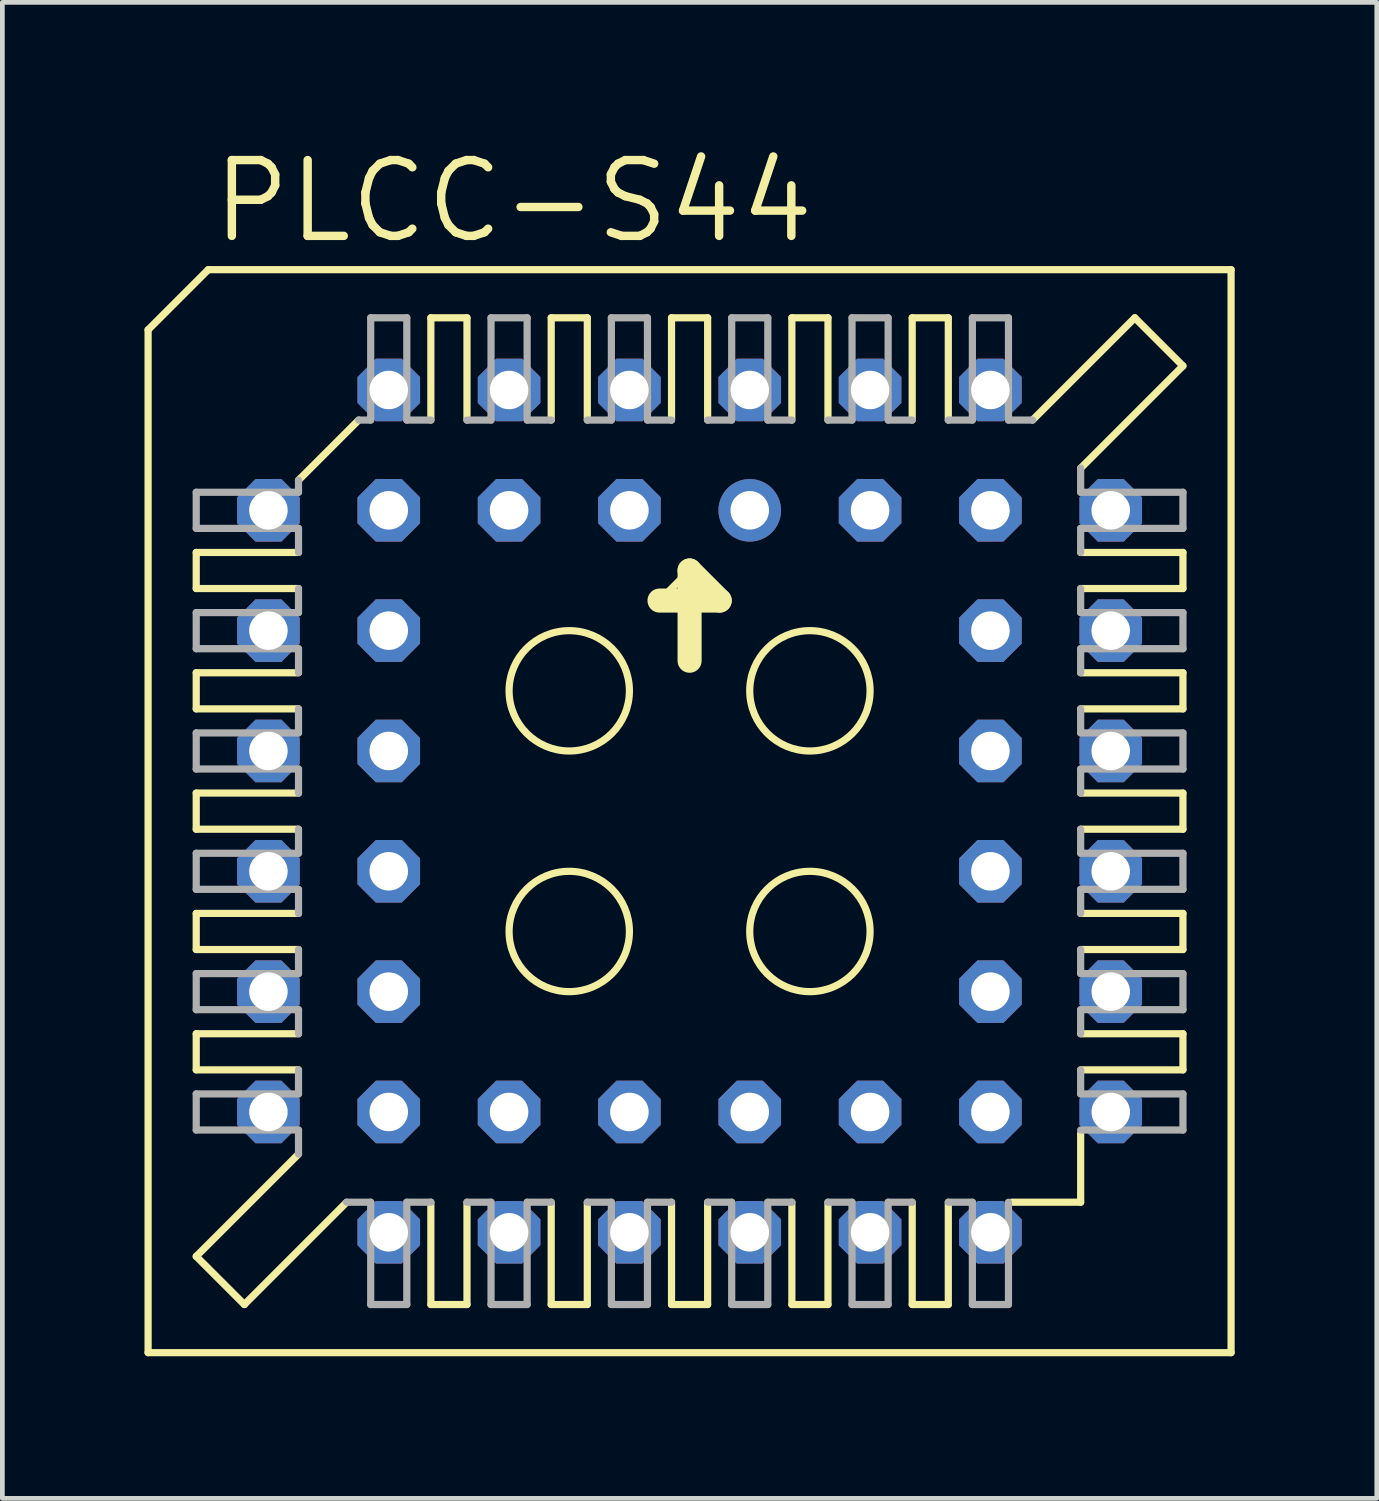
<source format=kicad_pcb>
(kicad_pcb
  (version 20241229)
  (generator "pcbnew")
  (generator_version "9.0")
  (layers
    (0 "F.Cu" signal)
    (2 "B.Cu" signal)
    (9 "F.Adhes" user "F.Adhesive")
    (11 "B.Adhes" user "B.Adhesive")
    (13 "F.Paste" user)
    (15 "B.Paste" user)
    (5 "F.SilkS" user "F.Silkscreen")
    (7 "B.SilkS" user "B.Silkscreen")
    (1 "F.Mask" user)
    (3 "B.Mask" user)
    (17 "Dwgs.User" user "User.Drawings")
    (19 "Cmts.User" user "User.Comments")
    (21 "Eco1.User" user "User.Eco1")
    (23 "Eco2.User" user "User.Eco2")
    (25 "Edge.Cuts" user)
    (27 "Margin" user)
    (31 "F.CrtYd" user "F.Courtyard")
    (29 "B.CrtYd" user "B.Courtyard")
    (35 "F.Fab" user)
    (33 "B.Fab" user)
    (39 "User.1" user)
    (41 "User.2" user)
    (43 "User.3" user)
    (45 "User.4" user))
  (footprint "PLCC-S44"
    (layer "F.Cu")
    (at 11.506 14.072)
    (property "Reference" "PLCC-S44" (at -10.16 -11.938 0) (layer "F.SilkS") (effects (font (size 1.6 1.6) (thickness 0.178)) (justify left bottom)))
    (fp_line (start -11.43 -10.16) (end -11.43 11.43) (stroke (width 0.152) (type solid)) (layer "F.SilkS"))
    (fp_line (start -10.414 -5.461) (end -10.414 -4.699) (stroke (width 0.152) (type solid)) (layer "F.SilkS"))
    (fp_line (start -10.414 -5.461) (end -8.255 -5.461) (stroke (width 0.152) (type solid)) (layer "F.SilkS"))
    (fp_line (start -10.414 -2.921) (end -10.414 -2.159) (stroke (width 0.152) (type solid)) (layer "F.SilkS"))
    (fp_line (start -10.414 -2.921) (end -8.255 -2.921) (stroke (width 0.152) (type solid)) (layer "F.SilkS"))
    (fp_line (start -10.414 0.381) (end -10.414 -0.381) (stroke (width 0.152) (type solid)) (layer "F.SilkS"))
    (fp_line (start -10.414 0.381) (end -8.255 0.381) (stroke (width 0.152) (type solid)) (layer "F.SilkS"))
    (fp_line (start -10.414 2.921) (end -10.414 2.159) (stroke (width 0.152) (type solid)) (layer "F.SilkS"))
    (fp_line (start -10.414 2.921) (end -8.255 2.921) (stroke (width 0.152) (type solid)) (layer "F.SilkS"))
    (fp_line (start -10.414 5.461) (end -10.414 4.699) (stroke (width 0.152) (type solid)) (layer "F.SilkS"))
    (fp_line (start -10.414 5.461) (end -8.255 5.461) (stroke (width 0.152) (type solid)) (layer "F.SilkS"))
    (fp_line (start -10.414 9.398) (end -8.255 7.239) (stroke (width 0.152) (type solid)) (layer "F.SilkS"))
    (fp_line (start -10.16 -11.43) (end -11.43 -10.16) (stroke (width 0.152) (type solid)) (layer "F.SilkS"))
    (fp_line (start -9.398 10.414) (end -10.414 9.398) (stroke (width 0.152) (type solid)) (layer "F.SilkS"))
    (fp_line (start -9.398 10.414) (end -7.239 8.255) (stroke (width 0.152) (type solid)) (layer "F.SilkS"))
    (fp_line (start -8.255 -6.985) (end -6.985 -8.255) (stroke (width 0.152) (type solid)) (layer "F.SilkS"))
    (fp_line (start -8.255 -4.699) (end -10.414 -4.699) (stroke (width 0.152) (type solid)) (layer "F.SilkS"))
    (fp_line (start -8.255 -2.159) (end -10.414 -2.159) (stroke (width 0.152) (type solid)) (layer "F.SilkS"))
    (fp_line (start -8.255 -0.381) (end -10.414 -0.381) (stroke (width 0.152) (type solid)) (layer "F.SilkS"))
    (fp_line (start -8.255 2.159) (end -10.414 2.159) (stroke (width 0.152) (type solid)) (layer "F.SilkS"))
    (fp_line (start -8.255 4.699) (end -10.414 4.699) (stroke (width 0.152) (type solid)) (layer "F.SilkS"))
    (fp_line (start -5.461 -8.255) (end -5.461 -10.414) (stroke (width 0.152) (type solid)) (layer "F.SilkS"))
    (fp_line (start -5.461 10.414) (end -5.461 8.255) (stroke (width 0.152) (type solid)) (layer "F.SilkS"))
    (fp_line (start -5.461 10.414) (end -4.699 10.414) (stroke (width 0.152) (type solid)) (layer "F.SilkS"))
    (fp_line (start -4.699 -10.414) (end -5.461 -10.414) (stroke (width 0.152) (type solid)) (layer "F.SilkS"))
    (fp_line (start -4.699 -10.414) (end -4.699 -8.255) (stroke (width 0.152) (type solid)) (layer "F.SilkS"))
    (fp_line (start -4.699 8.255) (end -4.699 10.414) (stroke (width 0.152) (type solid)) (layer "F.SilkS"))
    (fp_line (start -2.921 -8.255) (end -2.921 -10.414) (stroke (width 0.152) (type solid)) (layer "F.SilkS"))
    (fp_line (start -2.921 10.414) (end -2.921 8.255) (stroke (width 0.152) (type solid)) (layer "F.SilkS"))
    (fp_line (start -2.921 10.414) (end -2.159 10.414) (stroke (width 0.152) (type solid)) (layer "F.SilkS"))
    (fp_line (start -2.159 -10.414) (end -2.921 -10.414) (stroke (width 0.152) (type solid)) (layer "F.SilkS"))
    (fp_line (start -2.159 -10.414) (end -2.159 -8.255) (stroke (width 0.152) (type solid)) (layer "F.SilkS"))
    (fp_line (start -2.159 8.255) (end -2.159 10.414) (stroke (width 0.152) (type solid)) (layer "F.SilkS"))
    (fp_line (start -0.635 -4.445) (end 0 -5.08) (stroke (width 0.152) (type solid)) (layer "F.SilkS"))
    (fp_line (start -0.381 -8.255) (end -0.381 -10.414) (stroke (width 0.152) (type solid)) (layer "F.SilkS"))
    (fp_line (start -0.381 10.414) (end -0.381 8.255) (stroke (width 0.152) (type solid)) (layer "F.SilkS"))
    (fp_line (start -0.381 10.414) (end 0.381 10.414) (stroke (width 0.152) (type solid)) (layer "F.SilkS"))
    (fp_line (start 0 -5.08) (end 0 -3.175) (stroke (width 0.508) (type solid)) (layer "F.SilkS"))
    (fp_line (start 0 -5.08) (end 0.635 -4.445) (stroke (width 0.508) (type solid)) (layer "F.SilkS"))
    (fp_line (start 0.381 -10.414) (end -0.381 -10.414) (stroke (width 0.152) (type solid)) (layer "F.SilkS"))
    (fp_line (start 0.381 -10.414) (end 0.381 -8.255) (stroke (width 0.152) (type solid)) (layer "F.SilkS"))
    (fp_line (start 0.381 8.255) (end 0.381 10.414) (stroke (width 0.152) (type solid)) (layer "F.SilkS"))
    (fp_line (start 0.635 -4.445) (end -0.635 -4.445) (stroke (width 0.508) (type solid)) (layer "F.SilkS"))
    (fp_line (start 2.159 -8.255) (end 2.159 -10.414) (stroke (width 0.152) (type solid)) (layer "F.SilkS"))
    (fp_line (start 2.159 10.414) (end 2.159 8.255) (stroke (width 0.152) (type solid)) (layer "F.SilkS"))
    (fp_line (start 2.159 10.414) (end 2.921 10.414) (stroke (width 0.152) (type solid)) (layer "F.SilkS"))
    (fp_line (start 2.921 -10.414) (end 2.159 -10.414) (stroke (width 0.152) (type solid)) (layer "F.SilkS"))
    (fp_line (start 2.921 -10.414) (end 2.921 -8.255) (stroke (width 0.152) (type solid)) (layer "F.SilkS"))
    (fp_line (start 2.921 8.255) (end 2.921 10.414) (stroke (width 0.152) (type solid)) (layer "F.SilkS"))
    (fp_line (start 4.699 -8.255) (end 4.699 -10.414) (stroke (width 0.152) (type solid)) (layer "F.SilkS"))
    (fp_line (start 4.699 10.414) (end 4.699 8.255) (stroke (width 0.152) (type solid)) (layer "F.SilkS"))
    (fp_line (start 4.699 10.414) (end 5.461 10.414) (stroke (width 0.152) (type solid)) (layer "F.SilkS"))
    (fp_line (start 5.461 -10.414) (end 4.699 -10.414) (stroke (width 0.152) (type solid)) (layer "F.SilkS"))
    (fp_line (start 5.461 -10.414) (end 5.461 -8.255) (stroke (width 0.152) (type solid)) (layer "F.SilkS"))
    (fp_line (start 5.461 8.255) (end 5.461 10.414) (stroke (width 0.152) (type solid)) (layer "F.SilkS"))
    (fp_line (start 6.8 8.255) (end 8.255 8.255) (stroke (width 0.152) (type solid)) (layer "F.SilkS"))
    (fp_line (start 8.255 -4.699) (end 10.414 -4.699) (stroke (width 0.152) (type solid)) (layer "F.SilkS"))
    (fp_line (start 8.255 -2.159) (end 10.414 -2.159) (stroke (width 0.152) (type solid)) (layer "F.SilkS"))
    (fp_line (start 8.255 0.381) (end 10.414 0.381) (stroke (width 0.152) (type solid)) (layer "F.SilkS"))
    (fp_line (start 8.255 2.159) (end 10.414 2.159) (stroke (width 0.152) (type solid)) (layer "F.SilkS"))
    (fp_line (start 8.255 4.699) (end 10.414 4.699) (stroke (width 0.152) (type solid)) (layer "F.SilkS"))
    (fp_line (start 8.255 8.255) (end 8.255 6.8) (stroke (width 0.152) (type solid)) (layer "F.SilkS"))
    (fp_line (start 9.398 -10.414) (end 7.239 -8.255) (stroke (width 0.152) (type solid)) (layer "F.SilkS"))
    (fp_line (start 10.414 -9.398) (end 8.255 -7.239) (stroke (width 0.152) (type solid)) (layer "F.SilkS"))
    (fp_line (start 10.414 -9.398) (end 9.398 -10.414) (stroke (width 0.152) (type solid)) (layer "F.SilkS"))
    (fp_line (start 10.414 -5.461) (end 8.255 -5.461) (stroke (width 0.152) (type solid)) (layer "F.SilkS"))
    (fp_line (start 10.414 -5.461) (end 10.414 -4.699) (stroke (width 0.152) (type solid)) (layer "F.SilkS"))
    (fp_line (start 10.414 -2.921) (end 8.255 -2.921) (stroke (width 0.152) (type solid)) (layer "F.SilkS"))
    (fp_line (start 10.414 -2.921) (end 10.414 -2.159) (stroke (width 0.152) (type solid)) (layer "F.SilkS"))
    (fp_line (start 10.414 -0.381) (end 8.255 -0.381) (stroke (width 0.152) (type solid)) (layer "F.SilkS"))
    (fp_line (start 10.414 -0.381) (end 10.414 0.381) (stroke (width 0.152) (type solid)) (layer "F.SilkS"))
    (fp_line (start 10.414 2.921) (end 8.255 2.921) (stroke (width 0.152) (type solid)) (layer "F.SilkS"))
    (fp_line (start 10.414 2.921) (end 10.414 2.159) (stroke (width 0.152) (type solid)) (layer "F.SilkS"))
    (fp_line (start 10.414 5.461) (end 8.255 5.461) (stroke (width 0.152) (type solid)) (layer "F.SilkS"))
    (fp_line (start 10.414 5.461) (end 10.414 4.699) (stroke (width 0.152) (type solid)) (layer "F.SilkS"))
    (fp_line (start 11.43 -11.43) (end -10.16 -11.43) (stroke (width 0.152) (type solid)) (layer "F.SilkS"))
    (fp_line (start 11.43 11.43) (end -11.43 11.43) (stroke (width 0.152) (type solid)) (layer "F.SilkS"))
    (fp_line (start 11.43 11.43) (end 11.43 -11.43) (stroke (width 0.152) (type solid)) (layer "F.SilkS"))
    (fp_circle (center -2.54 -2.54) (end -1.27 -2.54) (stroke (width 0.152) (type solid)) (fill no) (layer "F.SilkS"))
    (fp_circle (center -2.54 2.54) (end -1.27 2.54) (stroke (width 0.152) (type solid)) (fill no) (layer "F.SilkS"))
    (fp_circle (center 2.54 -2.54) (end 3.81 -2.54) (stroke (width 0.152) (type solid)) (fill no) (layer "F.SilkS"))
    (fp_circle (center 2.54 2.54) (end 3.81 2.54) (stroke (width 0.152) (type solid)) (fill no) (layer "F.SilkS"))
    (fp_line (start -10.414 -6.731) (end -10.414 -5.969) (stroke (width 0.152) (type solid)) (layer "F.Fab"))
    (fp_line (start -10.414 -6.731) (end -8.255 -6.731) (stroke (width 0.152) (type solid)) (layer "F.Fab"))
    (fp_line (start -10.414 -4.191) (end -10.414 -3.429) (stroke (width 0.152) (type solid)) (layer "F.Fab"))
    (fp_line (start -10.414 -4.191) (end -8.255 -4.191) (stroke (width 0.152) (type solid)) (layer "F.Fab"))
    (fp_line (start -10.414 -0.889) (end -10.414 -1.651) (stroke (width 0.152) (type solid)) (layer "F.Fab"))
    (fp_line (start -10.414 -0.889) (end -8.255 -0.889) (stroke (width 0.152) (type solid)) (layer "F.Fab"))
    (fp_line (start -10.414 1.651) (end -10.414 0.889) (stroke (width 0.152) (type solid)) (layer "F.Fab"))
    (fp_line (start -10.414 1.651) (end -8.255 1.651) (stroke (width 0.152) (type solid)) (layer "F.Fab"))
    (fp_line (start -10.414 4.191) (end -10.414 3.429) (stroke (width 0.152) (type solid)) (layer "F.Fab"))
    (fp_line (start -10.414 4.191) (end -8.255 4.191) (stroke (width 0.152) (type solid)) (layer "F.Fab"))
    (fp_line (start -10.414 6.731) (end -10.414 5.969) (stroke (width 0.152) (type solid)) (layer "F.Fab"))
    (fp_line (start -10.414 6.731) (end -8.255 6.731) (stroke (width 0.152) (type solid)) (layer "F.Fab"))
    (fp_line (start -8.255 -6.731) (end -8.255 -6.985) (stroke (width 0.152) (type solid)) (layer "F.Fab"))
    (fp_line (start -8.255 -5.969) (end -10.414 -5.969) (stroke (width 0.152) (type solid)) (layer "F.Fab"))
    (fp_line (start -8.255 -5.969) (end -8.255 -5.461) (stroke (width 0.152) (type solid)) (layer "F.Fab"))
    (fp_line (start -8.255 -4.699) (end -8.255 -4.191) (stroke (width 0.152) (type solid)) (layer "F.Fab"))
    (fp_line (start -8.255 -3.429) (end -10.414 -3.429) (stroke (width 0.152) (type solid)) (layer "F.Fab"))
    (fp_line (start -8.255 -3.429) (end -8.255 -2.921) (stroke (width 0.152) (type solid)) (layer "F.Fab"))
    (fp_line (start -8.255 -2.159) (end -8.255 -1.651) (stroke (width 0.152) (type solid)) (layer "F.Fab"))
    (fp_line (start -8.255 -1.651) (end -10.414 -1.651) (stroke (width 0.152) (type solid)) (layer "F.Fab"))
    (fp_line (start -8.255 -0.381) (end -8.255 -0.889) (stroke (width 0.152) (type solid)) (layer "F.Fab"))
    (fp_line (start -8.255 0.889) (end -10.414 0.889) (stroke (width 0.152) (type solid)) (layer "F.Fab"))
    (fp_line (start -8.255 0.889) (end -8.255 0.381) (stroke (width 0.152) (type solid)) (layer "F.Fab"))
    (fp_line (start -8.255 2.159) (end -8.255 1.651) (stroke (width 0.152) (type solid)) (layer "F.Fab"))
    (fp_line (start -8.255 3.429) (end -10.414 3.429) (stroke (width 0.152) (type solid)) (layer "F.Fab"))
    (fp_line (start -8.255 3.429) (end -8.255 2.921) (stroke (width 0.152) (type solid)) (layer "F.Fab"))
    (fp_line (start -8.255 4.699) (end -8.255 4.191) (stroke (width 0.152) (type solid)) (layer "F.Fab"))
    (fp_line (start -8.255 5.969) (end -10.414 5.969) (stroke (width 0.152) (type solid)) (layer "F.Fab"))
    (fp_line (start -8.255 5.969) (end -8.255 5.461) (stroke (width 0.152) (type solid)) (layer "F.Fab"))
    (fp_line (start -8.255 7.239) (end -8.255 6.731) (stroke (width 0.152) (type solid)) (layer "F.Fab"))
    (fp_line (start -7.239 8.255) (end -6.731 8.255) (stroke (width 0.152) (type solid)) (layer "F.Fab"))
    (fp_line (start -6.985 -8.255) (end -6.731 -8.255) (stroke (width 0.152) (type solid)) (layer "F.Fab"))
    (fp_line (start -6.731 -8.255) (end -6.731 -10.414) (stroke (width 0.152) (type solid)) (layer "F.Fab"))
    (fp_line (start -6.731 10.414) (end -6.731 8.255) (stroke (width 0.152) (type solid)) (layer "F.Fab"))
    (fp_line (start -6.731 10.414) (end -5.969 10.414) (stroke (width 0.152) (type solid)) (layer "F.Fab"))
    (fp_line (start -5.969 -10.414) (end -6.731 -10.414) (stroke (width 0.152) (type solid)) (layer "F.Fab"))
    (fp_line (start -5.969 -10.414) (end -5.969 -8.255) (stroke (width 0.152) (type solid)) (layer "F.Fab"))
    (fp_line (start -5.969 8.255) (end -5.969 10.414) (stroke (width 0.152) (type solid)) (layer "F.Fab"))
    (fp_line (start -5.969 8.255) (end -5.461 8.255) (stroke (width 0.152) (type solid)) (layer "F.Fab"))
    (fp_line (start -5.461 -8.255) (end -5.969 -8.255) (stroke (width 0.152) (type solid)) (layer "F.Fab"))
    (fp_line (start -4.699 8.255) (end -4.191 8.255) (stroke (width 0.152) (type solid)) (layer "F.Fab"))
    (fp_line (start -4.191 -8.255) (end -4.699 -8.255) (stroke (width 0.152) (type solid)) (layer "F.Fab"))
    (fp_line (start -4.191 -8.255) (end -4.191 -10.414) (stroke (width 0.152) (type solid)) (layer "F.Fab"))
    (fp_line (start -4.191 10.414) (end -4.191 8.255) (stroke (width 0.152) (type solid)) (layer "F.Fab"))
    (fp_line (start -4.191 10.414) (end -3.429 10.414) (stroke (width 0.152) (type solid)) (layer "F.Fab"))
    (fp_line (start -3.429 -10.414) (end -4.191 -10.414) (stroke (width 0.152) (type solid)) (layer "F.Fab"))
    (fp_line (start -3.429 -10.414) (end -3.429 -8.255) (stroke (width 0.152) (type solid)) (layer "F.Fab"))
    (fp_line (start -3.429 8.255) (end -3.429 10.414) (stroke (width 0.152) (type solid)) (layer "F.Fab"))
    (fp_line (start -3.429 8.255) (end -2.921 8.255) (stroke (width 0.152) (type solid)) (layer "F.Fab"))
    (fp_line (start -2.921 -8.255) (end -3.429 -8.255) (stroke (width 0.152) (type solid)) (layer "F.Fab"))
    (fp_line (start -2.159 8.255) (end -1.651 8.255) (stroke (width 0.152) (type solid)) (layer "F.Fab"))
    (fp_line (start -1.651 -8.255) (end -2.159 -8.255) (stroke (width 0.152) (type solid)) (layer "F.Fab"))
    (fp_line (start -1.651 -8.255) (end -1.651 -10.414) (stroke (width 0.152) (type solid)) (layer "F.Fab"))
    (fp_line (start -1.651 10.414) (end -1.651 8.255) (stroke (width 0.152) (type solid)) (layer "F.Fab"))
    (fp_line (start -1.651 10.414) (end -0.889 10.414) (stroke (width 0.152) (type solid)) (layer "F.Fab"))
    (fp_line (start -0.889 -10.414) (end -1.651 -10.414) (stroke (width 0.152) (type solid)) (layer "F.Fab"))
    (fp_line (start -0.889 -10.414) (end -0.889 -8.255) (stroke (width 0.152) (type solid)) (layer "F.Fab"))
    (fp_line (start -0.889 8.255) (end -0.889 10.414) (stroke (width 0.152) (type solid)) (layer "F.Fab"))
    (fp_line (start -0.889 8.255) (end -0.381 8.255) (stroke (width 0.152) (type solid)) (layer "F.Fab"))
    (fp_line (start -0.381 -8.255) (end -0.889 -8.255) (stroke (width 0.152) (type solid)) (layer "F.Fab"))
    (fp_line (start 0.381 8.255) (end 0.889 8.255) (stroke (width 0.152) (type solid)) (layer "F.Fab"))
    (fp_line (start 0.889 -8.255) (end 0.381 -8.255) (stroke (width 0.152) (type solid)) (layer "F.Fab"))
    (fp_line (start 0.889 -8.255) (end 0.889 -10.414) (stroke (width 0.152) (type solid)) (layer "F.Fab"))
    (fp_line (start 0.889 10.414) (end 0.889 8.255) (stroke (width 0.152) (type solid)) (layer "F.Fab"))
    (fp_line (start 0.889 10.414) (end 1.651 10.414) (stroke (width 0.152) (type solid)) (layer "F.Fab"))
    (fp_line (start 1.651 -10.414) (end 0.889 -10.414) (stroke (width 0.152) (type solid)) (layer "F.Fab"))
    (fp_line (start 1.651 -10.414) (end 1.651 -8.255) (stroke (width 0.152) (type solid)) (layer "F.Fab"))
    (fp_line (start 1.651 8.255) (end 1.651 10.414) (stroke (width 0.152) (type solid)) (layer "F.Fab"))
    (fp_line (start 1.651 8.255) (end 2.159 8.255) (stroke (width 0.152) (type solid)) (layer "F.Fab"))
    (fp_line (start 2.159 -8.255) (end 1.651 -8.255) (stroke (width 0.152) (type solid)) (layer "F.Fab"))
    (fp_line (start 2.921 8.255) (end 3.429 8.255) (stroke (width 0.152) (type solid)) (layer "F.Fab"))
    (fp_line (start 3.429 -8.255) (end 2.921 -8.255) (stroke (width 0.152) (type solid)) (layer "F.Fab"))
    (fp_line (start 3.429 -8.255) (end 3.429 -10.414) (stroke (width 0.152) (type solid)) (layer "F.Fab"))
    (fp_line (start 3.429 10.414) (end 3.429 8.255) (stroke (width 0.152) (type solid)) (layer "F.Fab"))
    (fp_line (start 3.429 10.414) (end 4.191 10.414) (stroke (width 0.152) (type solid)) (layer "F.Fab"))
    (fp_line (start 4.191 -10.414) (end 3.429 -10.414) (stroke (width 0.152) (type solid)) (layer "F.Fab"))
    (fp_line (start 4.191 -10.414) (end 4.191 -8.255) (stroke (width 0.152) (type solid)) (layer "F.Fab"))
    (fp_line (start 4.191 8.255) (end 4.191 10.414) (stroke (width 0.152) (type solid)) (layer "F.Fab"))
    (fp_line (start 4.191 8.255) (end 4.699 8.255) (stroke (width 0.152) (type solid)) (layer "F.Fab"))
    (fp_line (start 4.699 -8.255) (end 4.191 -8.255) (stroke (width 0.152) (type solid)) (layer "F.Fab"))
    (fp_line (start 5.461 8.255) (end 5.969 8.255) (stroke (width 0.152) (type solid)) (layer "F.Fab"))
    (fp_line (start 5.969 -8.255) (end 5.461 -8.255) (stroke (width 0.152) (type solid)) (layer "F.Fab"))
    (fp_line (start 5.969 -8.255) (end 5.969 -10.414) (stroke (width 0.152) (type solid)) (layer "F.Fab"))
    (fp_line (start 5.969 10.414) (end 5.969 8.255) (stroke (width 0.152) (type solid)) (layer "F.Fab"))
    (fp_line (start 5.969 10.414) (end 6.731 10.414) (stroke (width 0.152) (type solid)) (layer "F.Fab"))
    (fp_line (start 6.731 -10.414) (end 5.969 -10.414) (stroke (width 0.152) (type solid)) (layer "F.Fab"))
    (fp_line (start 6.731 -10.414) (end 6.731 -8.255) (stroke (width 0.152) (type solid)) (layer "F.Fab"))
    (fp_line (start 6.731 8.255) (end 6.731 10.414) (stroke (width 0.152) (type solid)) (layer "F.Fab"))
    (fp_line (start 7.239 -8.255) (end 6.731 -8.255) (stroke (width 0.152) (type solid)) (layer "F.Fab"))
    (fp_line (start 8.255 -7.239) (end 8.255 -6.731) (stroke (width 0.152) (type solid)) (layer "F.Fab"))
    (fp_line (start 8.255 -5.969) (end 8.255 -5.461) (stroke (width 0.152) (type solid)) (layer "F.Fab"))
    (fp_line (start 8.255 -5.969) (end 10.414 -5.969) (stroke (width 0.152) (type solid)) (layer "F.Fab"))
    (fp_line (start 8.255 -4.699) (end 8.255 -4.191) (stroke (width 0.152) (type solid)) (layer "F.Fab"))
    (fp_line (start 8.255 -3.429) (end 8.255 -2.921) (stroke (width 0.152) (type solid)) (layer "F.Fab"))
    (fp_line (start 8.255 -3.429) (end 10.414 -3.429) (stroke (width 0.152) (type solid)) (layer "F.Fab"))
    (fp_line (start 8.255 -2.159) (end 8.255 -1.651) (stroke (width 0.152) (type solid)) (layer "F.Fab"))
    (fp_line (start 8.255 -0.889) (end 8.255 -0.381) (stroke (width 0.152) (type solid)) (layer "F.Fab"))
    (fp_line (start 8.255 -0.889) (end 10.414 -0.889) (stroke (width 0.152) (type solid)) (layer "F.Fab"))
    (fp_line (start 8.255 0.381) (end 8.255 0.889) (stroke (width 0.152) (type solid)) (layer "F.Fab"))
    (fp_line (start 8.255 1.651) (end 8.255 2.159) (stroke (width 0.152) (type solid)) (layer "F.Fab"))
    (fp_line (start 8.255 1.651) (end 10.414 1.651) (stroke (width 0.152) (type solid)) (layer "F.Fab"))
    (fp_line (start 8.255 3.429) (end 8.255 2.921) (stroke (width 0.152) (type solid)) (layer "F.Fab"))
    (fp_line (start 8.255 3.429) (end 10.414 3.429) (stroke (width 0.152) (type solid)) (layer "F.Fab"))
    (fp_line (start 8.255 4.699) (end 8.255 4.191) (stroke (width 0.152) (type solid)) (layer "F.Fab"))
    (fp_line (start 8.255 5.969) (end 8.255 5.461) (stroke (width 0.152) (type solid)) (layer "F.Fab"))
    (fp_line (start 8.255 5.969) (end 10.414 5.969) (stroke (width 0.152) (type solid)) (layer "F.Fab"))
    (fp_line (start 10.414 -6.731) (end 8.255 -6.731) (stroke (width 0.152) (type solid)) (layer "F.Fab"))
    (fp_line (start 10.414 -6.731) (end 10.414 -5.969) (stroke (width 0.152) (type solid)) (layer "F.Fab"))
    (fp_line (start 10.414 -4.191) (end 8.255 -4.191) (stroke (width 0.152) (type solid)) (layer "F.Fab"))
    (fp_line (start 10.414 -4.191) (end 10.414 -3.429) (stroke (width 0.152) (type solid)) (layer "F.Fab"))
    (fp_line (start 10.414 -1.651) (end 8.255 -1.651) (stroke (width 0.152) (type solid)) (layer "F.Fab"))
    (fp_line (start 10.414 -1.651) (end 10.414 -0.889) (stroke (width 0.152) (type solid)) (layer "F.Fab"))
    (fp_line (start 10.414 0.889) (end 8.255 0.889) (stroke (width 0.152) (type solid)) (layer "F.Fab"))
    (fp_line (start 10.414 0.889) (end 10.414 1.651) (stroke (width 0.152) (type solid)) (layer "F.Fab"))
    (fp_line (start 10.414 4.191) (end 8.255 4.191) (stroke (width 0.152) (type solid)) (layer "F.Fab"))
    (fp_line (start 10.414 4.191) (end 10.414 3.429) (stroke (width 0.152) (type solid)) (layer "F.Fab"))
    (fp_line (start 10.414 6.731) (end 8.255 6.731) (stroke (width 0.152) (type solid)) (layer "F.Fab"))
    (fp_line (start 10.414 6.731) (end 10.414 5.969) (stroke (width 0.152) (type solid)) (layer "F.Fab"))
    (pad "1" thru_hole circle (at 1.27 -6.35) (size 1.321 1.321) (drill 0.813) (layers "*.Cu" "*.Mask"))
    (pad "2" thru_hole roundrect (at -1.27 -8.89) (size 1.321 1.321) (drill 0.813) (layers "*.Cu" "*.Mask") (roundrect_rratio 0.25) (chamfer_ratio 0.293) (chamfer top_left top_right bottom_left bottom_right))
    (pad "3" thru_hole roundrect (at -1.27 -6.35) (size 1.321 1.321) (drill 0.813) (layers "*.Cu" "*.Mask") (roundrect_rratio 0.25) (chamfer_ratio 0.293) (chamfer top_left top_right bottom_left bottom_right))
    (pad "4" thru_hole roundrect (at -3.81 -8.89) (size 1.321 1.321) (drill 0.813) (layers "*.Cu" "*.Mask") (roundrect_rratio 0.25) (chamfer_ratio 0.293) (chamfer top_left top_right bottom_left bottom_right))
    (pad "5" thru_hole roundrect (at -3.81 -6.35) (size 1.321 1.321) (drill 0.813) (layers "*.Cu" "*.Mask") (roundrect_rratio 0.25) (chamfer_ratio 0.293) (chamfer top_left top_right bottom_left bottom_right))
    (pad "6" thru_hole roundrect (at -6.35 -8.89) (size 1.321 1.321) (drill 0.813) (layers "*.Cu" "*.Mask") (roundrect_rratio 0.25) (chamfer_ratio 0.293) (chamfer top_left top_right bottom_left bottom_right))
    (pad "7" thru_hole roundrect (at -8.89 -6.35) (size 1.321 1.321) (drill 0.813) (layers "*.Cu" "*.Mask") (roundrect_rratio 0.25) (chamfer_ratio 0.293) (chamfer top_left top_right bottom_left bottom_right))
    (pad "8" thru_hole roundrect (at -6.35 -6.35) (size 1.321 1.321) (drill 0.813) (layers "*.Cu" "*.Mask") (roundrect_rratio 0.25) (chamfer_ratio 0.293) (chamfer top_left top_right bottom_left bottom_right))
    (pad "9" thru_hole roundrect (at -8.89 -3.81) (size 1.321 1.321) (drill 0.813) (layers "*.Cu" "*.Mask") (roundrect_rratio 0.25) (chamfer_ratio 0.293) (chamfer top_left top_right bottom_left bottom_right))
    (pad "10" thru_hole roundrect (at -6.35 -3.81) (size 1.321 1.321) (drill 0.813) (layers "*.Cu" "*.Mask") (roundrect_rratio 0.25) (chamfer_ratio 0.293) (chamfer top_left top_right bottom_left bottom_right))
    (pad "11" thru_hole roundrect (at -8.89 -1.27) (size 1.321 1.321) (drill 0.813) (layers "*.Cu" "*.Mask") (roundrect_rratio 0.25) (chamfer_ratio 0.293) (chamfer top_left top_right bottom_left bottom_right))
    (pad "12" thru_hole roundrect (at -6.35 -1.27) (size 1.321 1.321) (drill 0.813) (layers "*.Cu" "*.Mask") (roundrect_rratio 0.25) (chamfer_ratio 0.293) (chamfer top_left top_right bottom_left bottom_right))
    (pad "13" thru_hole roundrect (at -8.89 1.27) (size 1.321 1.321) (drill 0.813) (layers "*.Cu" "*.Mask") (roundrect_rratio 0.25) (chamfer_ratio 0.293) (chamfer top_left top_right bottom_left bottom_right))
    (pad "14" thru_hole roundrect (at -6.35 1.27) (size 1.321 1.321) (drill 0.813) (layers "*.Cu" "*.Mask") (roundrect_rratio 0.25) (chamfer_ratio 0.293) (chamfer top_left top_right bottom_left bottom_right))
    (pad "15" thru_hole roundrect (at -8.89 3.81) (size 1.321 1.321) (drill 0.813) (layers "*.Cu" "*.Mask") (roundrect_rratio 0.25) (chamfer_ratio 0.293) (chamfer top_left top_right bottom_left bottom_right))
    (pad "16" thru_hole roundrect (at -6.35 3.81) (size 1.321 1.321) (drill 0.813) (layers "*.Cu" "*.Mask") (roundrect_rratio 0.25) (chamfer_ratio 0.293) (chamfer top_left top_right bottom_left bottom_right))
    (pad "17" thru_hole roundrect (at -8.89 6.35) (size 1.321 1.321) (drill 0.813) (layers "*.Cu" "*.Mask") (roundrect_rratio 0.25) (chamfer_ratio 0.293) (chamfer top_left top_right bottom_left bottom_right))
    (pad "18" thru_hole roundrect (at -6.35 8.89) (size 1.321 1.321) (drill 0.813) (layers "*.Cu" "*.Mask") (roundrect_rratio 0.25) (chamfer_ratio 0.293) (chamfer top_left top_right bottom_left bottom_right))
    (pad "19" thru_hole roundrect (at -6.35 6.35) (size 1.321 1.321) (drill 0.813) (layers "*.Cu" "*.Mask") (roundrect_rratio 0.25) (chamfer_ratio 0.293) (chamfer top_left top_right bottom_left bottom_right))
    (pad "20" thru_hole roundrect (at -3.81 8.89) (size 1.321 1.321) (drill 0.813) (layers "*.Cu" "*.Mask") (roundrect_rratio 0.25) (chamfer_ratio 0.293) (chamfer top_left top_right bottom_left bottom_right))
    (pad "21" thru_hole roundrect (at -3.81 6.35) (size 1.321 1.321) (drill 0.813) (layers "*.Cu" "*.Mask") (roundrect_rratio 0.25) (chamfer_ratio 0.293) (chamfer top_left top_right bottom_left bottom_right))
    (pad "22" thru_hole roundrect (at -1.27 8.89) (size 1.321 1.321) (drill 0.813) (layers "*.Cu" "*.Mask") (roundrect_rratio 0.25) (chamfer_ratio 0.293) (chamfer top_left top_right bottom_left bottom_right))
    (pad "23" thru_hole roundrect (at -1.27 6.35) (size 1.321 1.321) (drill 0.813) (layers "*.Cu" "*.Mask") (roundrect_rratio 0.25) (chamfer_ratio 0.293) (chamfer top_left top_right bottom_left bottom_right))
    (pad "24" thru_hole roundrect (at 1.27 8.89) (size 1.321 1.321) (drill 0.813) (layers "*.Cu" "*.Mask") (roundrect_rratio 0.25) (chamfer_ratio 0.293) (chamfer top_left top_right bottom_left bottom_right))
    (pad "25" thru_hole roundrect (at 1.27 6.35) (size 1.321 1.321) (drill 0.813) (layers "*.Cu" "*.Mask") (roundrect_rratio 0.25) (chamfer_ratio 0.293) (chamfer top_left top_right bottom_left bottom_right))
    (pad "26" thru_hole roundrect (at 3.81 8.89) (size 1.321 1.321) (drill 0.813) (layers "*.Cu" "*.Mask") (roundrect_rratio 0.25) (chamfer_ratio 0.293) (chamfer top_left top_right bottom_left bottom_right))
    (pad "27" thru_hole roundrect (at 3.81 6.35) (size 1.321 1.321) (drill 0.813) (layers "*.Cu" "*.Mask") (roundrect_rratio 0.25) (chamfer_ratio 0.293) (chamfer top_left top_right bottom_left bottom_right))
    (pad "28" thru_hole roundrect (at 6.35 8.89) (size 1.321 1.321) (drill 0.813) (layers "*.Cu" "*.Mask") (roundrect_rratio 0.25) (chamfer_ratio 0.293) (chamfer top_left top_right bottom_left bottom_right))
    (pad "29" thru_hole roundrect (at 8.89 6.35) (size 1.321 1.321) (drill 0.813) (layers "*.Cu" "*.Mask") (roundrect_rratio 0.25) (chamfer_ratio 0.293) (chamfer top_left top_right bottom_left bottom_right))
    (pad "30" thru_hole roundrect (at 6.35 6.35) (size 1.321 1.321) (drill 0.813) (layers "*.Cu" "*.Mask") (roundrect_rratio 0.25) (chamfer_ratio 0.293) (chamfer top_left top_right bottom_left bottom_right))
    (pad "31" thru_hole roundrect (at 8.89 3.81) (size 1.321 1.321) (drill 0.813) (layers "*.Cu" "*.Mask") (roundrect_rratio 0.25) (chamfer_ratio 0.293) (chamfer top_left top_right bottom_left bottom_right))
    (pad "32" thru_hole roundrect (at 6.35 3.81) (size 1.321 1.321) (drill 0.813) (layers "*.Cu" "*.Mask") (roundrect_rratio 0.25) (chamfer_ratio 0.293) (chamfer top_left top_right bottom_left bottom_right))
    (pad "33" thru_hole roundrect (at 8.89 1.27) (size 1.321 1.321) (drill 0.813) (layers "*.Cu" "*.Mask") (roundrect_rratio 0.25) (chamfer_ratio 0.293) (chamfer top_left top_right bottom_left bottom_right))
    (pad "34" thru_hole roundrect (at 6.35 1.27) (size 1.321 1.321) (drill 0.813) (layers "*.Cu" "*.Mask") (roundrect_rratio 0.25) (chamfer_ratio 0.293) (chamfer top_left top_right bottom_left bottom_right))
    (pad "35" thru_hole roundrect (at 8.89 -1.27) (size 1.321 1.321) (drill 0.813) (layers "*.Cu" "*.Mask") (roundrect_rratio 0.25) (chamfer_ratio 0.293) (chamfer top_left top_right bottom_left bottom_right))
    (pad "36" thru_hole roundrect (at 6.35 -1.27) (size 1.321 1.321) (drill 0.813) (layers "*.Cu" "*.Mask") (roundrect_rratio 0.25) (chamfer_ratio 0.293) (chamfer top_left top_right bottom_left bottom_right))
    (pad "37" thru_hole roundrect (at 8.89 -3.81) (size 1.321 1.321) (drill 0.813) (layers "*.Cu" "*.Mask") (roundrect_rratio 0.25) (chamfer_ratio 0.293) (chamfer top_left top_right bottom_left bottom_right))
    (pad "38" thru_hole roundrect (at 6.35 -3.81) (size 1.321 1.321) (drill 0.813) (layers "*.Cu" "*.Mask") (roundrect_rratio 0.25) (chamfer_ratio 0.293) (chamfer top_left top_right bottom_left bottom_right))
    (pad "39" thru_hole roundrect (at 8.89 -6.35) (size 1.321 1.321) (drill 0.813) (layers "*.Cu" "*.Mask") (roundrect_rratio 0.25) (chamfer_ratio 0.293) (chamfer top_left top_right bottom_left bottom_right))
    (pad "40" thru_hole roundrect (at 6.35 -8.89) (size 1.321 1.321) (drill 0.813) (layers "*.Cu" "*.Mask") (roundrect_rratio 0.25) (chamfer_ratio 0.293) (chamfer top_left top_right bottom_left bottom_right))
    (pad "41" thru_hole roundrect (at 6.35 -6.35) (size 1.321 1.321) (drill 0.813) (layers "*.Cu" "*.Mask") (roundrect_rratio 0.25) (chamfer_ratio 0.293) (chamfer top_left top_right bottom_left bottom_right))
    (pad "42" thru_hole roundrect (at 3.81 -8.89) (size 1.321 1.321) (drill 0.813) (layers "*.Cu" "*.Mask") (roundrect_rratio 0.25) (chamfer_ratio 0.293) (chamfer top_left top_right bottom_left bottom_right))
    (pad "43" thru_hole roundrect (at 3.81 -6.35) (size 1.321 1.321) (drill 0.813) (layers "*.Cu" "*.Mask") (roundrect_rratio 0.25) (chamfer_ratio 0.293) (chamfer top_left top_right bottom_left bottom_right))
    (pad "44" thru_hole roundrect (at 1.27 -8.89) (size 1.321 1.321) (drill 0.813) (layers "*.Cu" "*.Mask") (roundrect_rratio 0.25) (chamfer_ratio 0.293) (chamfer top_left top_right bottom_left bottom_right)))
  (gr_rect
    (start -3 -3)
    (end 26.012 28.578)
    (stroke (width 0.1) (type default))
    (fill no)
    (layer "Edge.Cuts")))
</source>
